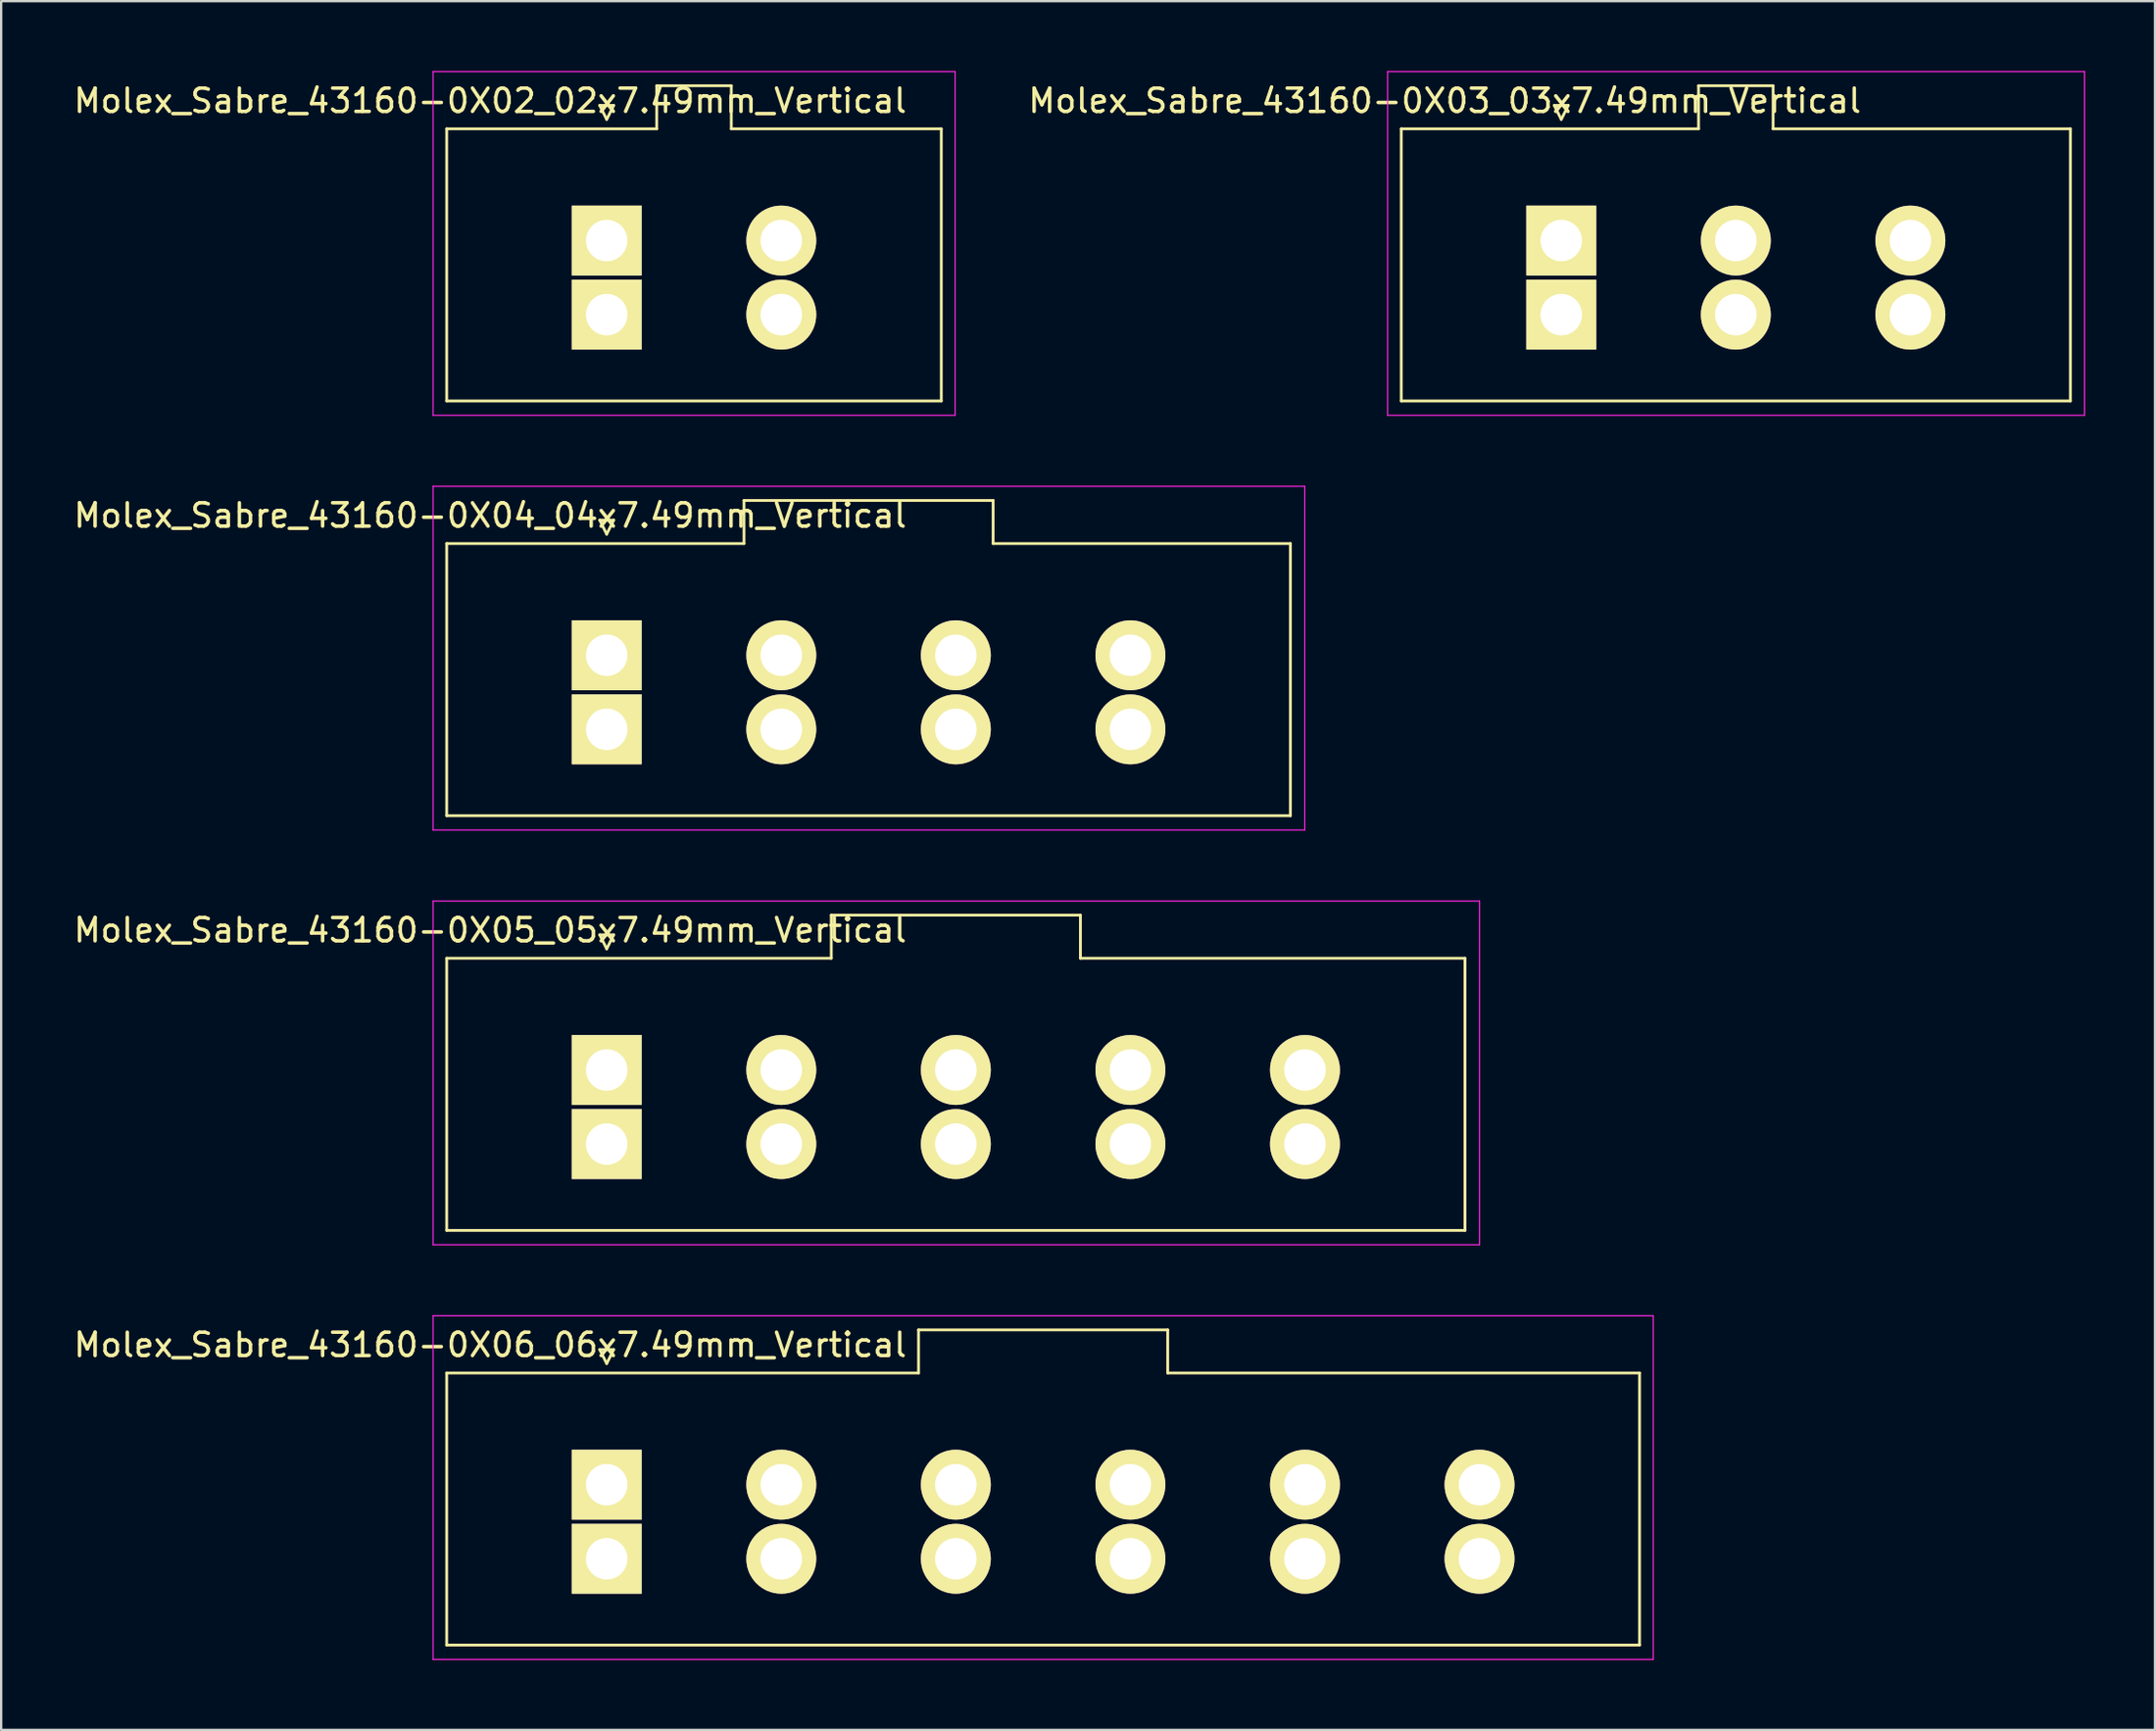
<source format=kicad_pcb>
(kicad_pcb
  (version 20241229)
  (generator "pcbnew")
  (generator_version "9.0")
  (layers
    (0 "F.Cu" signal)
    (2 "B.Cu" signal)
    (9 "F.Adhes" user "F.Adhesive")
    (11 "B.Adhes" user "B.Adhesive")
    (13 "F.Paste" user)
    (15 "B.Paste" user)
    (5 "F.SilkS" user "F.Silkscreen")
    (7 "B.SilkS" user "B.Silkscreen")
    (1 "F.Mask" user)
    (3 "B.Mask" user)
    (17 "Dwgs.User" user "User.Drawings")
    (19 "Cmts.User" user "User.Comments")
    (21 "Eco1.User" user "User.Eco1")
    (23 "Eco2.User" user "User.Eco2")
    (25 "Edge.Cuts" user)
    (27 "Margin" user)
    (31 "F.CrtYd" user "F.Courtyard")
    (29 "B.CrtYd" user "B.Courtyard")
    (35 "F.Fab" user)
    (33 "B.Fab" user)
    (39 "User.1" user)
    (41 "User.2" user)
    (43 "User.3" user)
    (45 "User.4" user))
  (footprint "Molex_Sabre_43160-0X05_05x7.49mm_Vertical"
    (layer "F.Cu")
    (at 22.982 42.875)
    (property "Reference" "Molex_Sabre_43160-0X05_05x7.49mm_Vertical" (at -5 -6 0) (layer "F.SilkS") (effects (font (size 1 1) (thickness 0.15))))
    (attr through_hole)
    (fp_line (start -6.865 -4.795) (end 9.635 -4.795) (stroke (width 0.12) (type solid)) (layer "F.SilkS"))
    (fp_line (start -6.865 6.885) (end -6.865 -4.795) (stroke (width 0.12) (type solid)) (layer "F.SilkS"))
    (fp_line (start -0.3 -5.8) (end 0 -5.2) (stroke (width 0.12) (type solid)) (layer "F.SilkS"))
    (fp_line (start 0 -5.2) (end 0.3 -5.8) (stroke (width 0.12) (type solid)) (layer "F.SilkS"))
    (fp_line (start 0.3 -5.8) (end -0.3 -5.8) (stroke (width 0.12) (type solid)) (layer "F.SilkS"))
    (fp_line (start 9.635 -6.645) (end 20.325 -6.645) (stroke (width 0.12) (type solid)) (layer "F.SilkS"))
    (fp_line (start 9.635 -4.795) (end 9.635 -6.645) (stroke (width 0.12) (type solid)) (layer "F.SilkS"))
    (fp_line (start 20.325 -6.645) (end 20.325 -4.795) (stroke (width 0.12) (type solid)) (layer "F.SilkS"))
    (fp_line (start 20.325 -4.795) (end 36.825 -4.795) (stroke (width 0.12) (type solid)) (layer "F.SilkS"))
    (fp_line (start 36.825 -4.795) (end 36.825 6.885) (stroke (width 0.12) (type solid)) (layer "F.SilkS"))
    (fp_line (start 36.825 6.885) (end -6.865 6.885) (stroke (width 0.12) (type solid)) (layer "F.SilkS"))
    (fp_line (start -7.45 -7.25) (end -7.45 7.5) (stroke (width 0.05) (type solid)) (layer "F.CrtYd"))
    (fp_line (start -7.45 7.5) (end 37.45 7.5) (stroke (width 0.05) (type solid)) (layer "F.CrtYd"))
    (fp_line (start 37.45 -7.25) (end -7.45 -7.25) (stroke (width 0.05) (type solid)) (layer "F.CrtYd"))
    (fp_line (start 37.45 7.5) (end 37.45 -7.25) (stroke (width 0.05) (type solid)) (layer "F.CrtYd"))
    (pad "1" thru_hole rect (at 0 0) (size 3 3) (drill 1.78) (layers "*.Cu" "*.Mask" "F.SilkS"))
    (pad "1" thru_hole rect (at 0 3.18) (size 3 3) (drill 1.78) (layers "*.Cu" "*.Mask" "F.SilkS"))
    (pad "2" thru_hole circle (at 7.49 0) (size 3 3) (drill 1.78) (layers "*.Cu" "*.Mask" "F.SilkS"))
    (pad "2" thru_hole circle (at 7.49 3.18) (size 3 3) (drill 1.78) (layers "*.Cu" "*.Mask" "F.SilkS"))
    (pad "3" thru_hole circle (at 14.98 0) (size 3 3) (drill 1.78) (layers "*.Cu" "*.Mask" "F.SilkS"))
    (pad "3" thru_hole circle (at 14.98 3.18) (size 3 3) (drill 1.78) (layers "*.Cu" "*.Mask" "F.SilkS"))
    (pad "4" thru_hole circle (at 22.47 0) (size 3 3) (drill 1.78) (layers "*.Cu" "*.Mask" "F.SilkS"))
    (pad "4" thru_hole circle (at 22.47 3.18) (size 3 3) (drill 1.78) (layers "*.Cu" "*.Mask" "F.SilkS"))
    (pad "5" thru_hole circle (at 29.96 0) (size 3 3) (drill 1.78) (layers "*.Cu" "*.Mask" "F.SilkS"))
    (pad "5" thru_hole circle (at 29.96 3.18) (size 3 3) (drill 1.78) (layers "*.Cu" "*.Mask" "F.SilkS")))
  (footprint "Molex_Sabre_43160-0X04_04x7.49mm_Vertical"
    (layer "F.Cu")
    (at 22.982 25.075)
    (property "Reference" "Molex_Sabre_43160-0X04_04x7.49mm_Vertical" (at -5 -6 0) (layer "F.SilkS") (effects (font (size 1 1) (thickness 0.15))))
    (attr through_hole)
    (fp_line (start -6.865 -4.795) (end 5.89 -4.795) (stroke (width 0.12) (type solid)) (layer "F.SilkS"))
    (fp_line (start -6.865 6.885) (end -6.865 -4.795) (stroke (width 0.12) (type solid)) (layer "F.SilkS"))
    (fp_line (start -0.3 -5.8) (end 0 -5.2) (stroke (width 0.12) (type solid)) (layer "F.SilkS"))
    (fp_line (start 0 -5.2) (end 0.3 -5.8) (stroke (width 0.12) (type solid)) (layer "F.SilkS"))
    (fp_line (start 0.3 -5.8) (end -0.3 -5.8) (stroke (width 0.12) (type solid)) (layer "F.SilkS"))
    (fp_line (start 5.89 -6.645) (end 16.58 -6.645) (stroke (width 0.12) (type solid)) (layer "F.SilkS"))
    (fp_line (start 5.89 -4.795) (end 5.89 -6.645) (stroke (width 0.12) (type solid)) (layer "F.SilkS"))
    (fp_line (start 16.58 -6.645) (end 16.58 -4.795) (stroke (width 0.12) (type solid)) (layer "F.SilkS"))
    (fp_line (start 16.58 -4.795) (end 29.335 -4.795) (stroke (width 0.12) (type solid)) (layer "F.SilkS"))
    (fp_line (start 29.335 -4.795) (end 29.335 6.885) (stroke (width 0.12) (type solid)) (layer "F.SilkS"))
    (fp_line (start 29.335 6.885) (end -6.865 6.885) (stroke (width 0.12) (type solid)) (layer "F.SilkS"))
    (fp_line (start -7.45 -7.25) (end -7.45 7.5) (stroke (width 0.05) (type solid)) (layer "F.CrtYd"))
    (fp_line (start -7.45 7.5) (end 29.95 7.5) (stroke (width 0.05) (type solid)) (layer "F.CrtYd"))
    (fp_line (start 29.95 -7.25) (end -7.45 -7.25) (stroke (width 0.05) (type solid)) (layer "F.CrtYd"))
    (fp_line (start 29.95 7.5) (end 29.95 -7.25) (stroke (width 0.05) (type solid)) (layer "F.CrtYd"))
    (pad "1" thru_hole rect (at 0 0) (size 3 3) (drill 1.78) (layers "*.Cu" "*.Mask" "F.SilkS"))
    (pad "1" thru_hole rect (at 0 3.18) (size 3 3) (drill 1.78) (layers "*.Cu" "*.Mask" "F.SilkS"))
    (pad "2" thru_hole circle (at 7.49 0) (size 3 3) (drill 1.78) (layers "*.Cu" "*.Mask" "F.SilkS"))
    (pad "2" thru_hole circle (at 7.49 3.18) (size 3 3) (drill 1.78) (layers "*.Cu" "*.Mask" "F.SilkS"))
    (pad "3" thru_hole circle (at 14.98 0) (size 3 3) (drill 1.78) (layers "*.Cu" "*.Mask" "F.SilkS"))
    (pad "3" thru_hole circle (at 14.98 3.18) (size 3 3) (drill 1.78) (layers "*.Cu" "*.Mask" "F.SilkS"))
    (pad "4" thru_hole circle (at 22.47 0) (size 3 3) (drill 1.78) (layers "*.Cu" "*.Mask" "F.SilkS"))
    (pad "4" thru_hole circle (at 22.47 3.18) (size 3 3) (drill 1.78) (layers "*.Cu" "*.Mask" "F.SilkS")))
  (footprint "Molex_Sabre_43160-0X06_06x7.49mm_Vertical"
    (layer "F.Cu")
    (at 22.982 60.675)
    (property "Reference" "Molex_Sabre_43160-0X06_06x7.49mm_Vertical" (at -5 -6 0) (layer "F.SilkS") (effects (font (size 1 1) (thickness 0.15))))
    (attr through_hole)
    (fp_line (start -6.865 -4.795) (end 13.38 -4.795) (stroke (width 0.12) (type solid)) (layer "F.SilkS"))
    (fp_line (start -6.865 6.885) (end -6.865 -4.795) (stroke (width 0.12) (type solid)) (layer "F.SilkS"))
    (fp_line (start -0.3 -5.8) (end 0 -5.2) (stroke (width 0.12) (type solid)) (layer "F.SilkS"))
    (fp_line (start 0 -5.2) (end 0.3 -5.8) (stroke (width 0.12) (type solid)) (layer "F.SilkS"))
    (fp_line (start 0.3 -5.8) (end -0.3 -5.8) (stroke (width 0.12) (type solid)) (layer "F.SilkS"))
    (fp_line (start 13.38 -6.645) (end 24.07 -6.645) (stroke (width 0.12) (type solid)) (layer "F.SilkS"))
    (fp_line (start 13.38 -4.795) (end 13.38 -6.645) (stroke (width 0.12) (type solid)) (layer "F.SilkS"))
    (fp_line (start 24.07 -6.645) (end 24.07 -4.795) (stroke (width 0.12) (type solid)) (layer "F.SilkS"))
    (fp_line (start 24.07 -4.795) (end 44.315 -4.795) (stroke (width 0.12) (type solid)) (layer "F.SilkS"))
    (fp_line (start 44.315 -4.795) (end 44.315 6.885) (stroke (width 0.12) (type solid)) (layer "F.SilkS"))
    (fp_line (start 44.315 6.885) (end -6.865 6.885) (stroke (width 0.12) (type solid)) (layer "F.SilkS"))
    (fp_line (start -7.45 -7.25) (end -7.45 7.5) (stroke (width 0.05) (type solid)) (layer "F.CrtYd"))
    (fp_line (start -7.45 7.5) (end 44.9 7.5) (stroke (width 0.05) (type solid)) (layer "F.CrtYd"))
    (fp_line (start 44.9 -7.25) (end -7.45 -7.25) (stroke (width 0.05) (type solid)) (layer "F.CrtYd"))
    (fp_line (start 44.9 7.5) (end 44.9 -7.25) (stroke (width 0.05) (type solid)) (layer "F.CrtYd"))
    (pad "1" thru_hole rect (at 0 0) (size 3 3) (drill 1.78) (layers "*.Cu" "*.Mask" "F.SilkS"))
    (pad "1" thru_hole rect (at 0 3.18) (size 3 3) (drill 1.78) (layers "*.Cu" "*.Mask" "F.SilkS"))
    (pad "2" thru_hole circle (at 7.49 0) (size 3 3) (drill 1.78) (layers "*.Cu" "*.Mask" "F.SilkS"))
    (pad "2" thru_hole circle (at 7.49 3.18) (size 3 3) (drill 1.78) (layers "*.Cu" "*.Mask" "F.SilkS"))
    (pad "3" thru_hole circle (at 14.98 0) (size 3 3) (drill 1.78) (layers "*.Cu" "*.Mask" "F.SilkS"))
    (pad "3" thru_hole circle (at 14.98 3.18) (size 3 3) (drill 1.78) (layers "*.Cu" "*.Mask" "F.SilkS"))
    (pad "4" thru_hole circle (at 22.47 0) (size 3 3) (drill 1.78) (layers "*.Cu" "*.Mask" "F.SilkS"))
    (pad "4" thru_hole circle (at 22.47 3.18) (size 3 3) (drill 1.78) (layers "*.Cu" "*.Mask" "F.SilkS"))
    (pad "5" thru_hole circle (at 29.96 0) (size 3 3) (drill 1.78) (layers "*.Cu" "*.Mask" "F.SilkS"))
    (pad "5" thru_hole circle (at 29.96 3.18) (size 3 3) (drill 1.78) (layers "*.Cu" "*.Mask" "F.SilkS"))
    (pad "6" thru_hole circle (at 37.45 0) (size 3 3) (drill 1.78) (layers "*.Cu" "*.Mask" "F.SilkS"))
    (pad "6" thru_hole circle (at 37.45 3.18) (size 3 3) (drill 1.78) (layers "*.Cu" "*.Mask" "F.SilkS")))
  (footprint "Molex_Sabre_43160-0X03_03x7.49mm_Vertical"
    (layer "F.Cu")
    (at 63.939 7.275)
    (property "Reference" "Molex_Sabre_43160-0X03_03x7.49mm_Vertical" (at -5 -6 0) (layer "F.SilkS") (effects (font (size 1 1) (thickness 0.15))))
    (attr through_hole)
    (fp_line (start -6.865 -4.795) (end 5.89 -4.795) (stroke (width 0.12) (type solid)) (layer "F.SilkS"))
    (fp_line (start -6.865 6.885) (end -6.865 -4.795) (stroke (width 0.12) (type solid)) (layer "F.SilkS"))
    (fp_line (start -0.3 -5.8) (end 0 -5.2) (stroke (width 0.12) (type solid)) (layer "F.SilkS"))
    (fp_line (start 0 -5.2) (end 0.3 -5.8) (stroke (width 0.12) (type solid)) (layer "F.SilkS"))
    (fp_line (start 0.3 -5.8) (end -0.3 -5.8) (stroke (width 0.12) (type solid)) (layer "F.SilkS"))
    (fp_line (start 5.89 -6.645) (end 9.09 -6.645) (stroke (width 0.12) (type solid)) (layer "F.SilkS"))
    (fp_line (start 5.89 -4.795) (end 5.89 -6.645) (stroke (width 0.12) (type solid)) (layer "F.SilkS"))
    (fp_line (start 9.09 -6.645) (end 9.09 -4.795) (stroke (width 0.12) (type solid)) (layer "F.SilkS"))
    (fp_line (start 9.09 -4.795) (end 21.845 -4.795) (stroke (width 0.12) (type solid)) (layer "F.SilkS"))
    (fp_line (start 21.845 -4.795) (end 21.845 6.885) (stroke (width 0.12) (type solid)) (layer "F.SilkS"))
    (fp_line (start 21.845 6.885) (end -6.865 6.885) (stroke (width 0.12) (type solid)) (layer "F.SilkS"))
    (fp_line (start -7.45 -7.25) (end -7.45 7.5) (stroke (width 0.05) (type solid)) (layer "F.CrtYd"))
    (fp_line (start -7.45 7.5) (end 22.45 7.5) (stroke (width 0.05) (type solid)) (layer "F.CrtYd"))
    (fp_line (start 22.45 -7.25) (end -7.45 -7.25) (stroke (width 0.05) (type solid)) (layer "F.CrtYd"))
    (fp_line (start 22.45 7.5) (end 22.45 -7.25) (stroke (width 0.05) (type solid)) (layer "F.CrtYd"))
    (pad "1" thru_hole rect (at 0 0) (size 3 3) (drill 1.78) (layers "*.Cu" "*.Mask" "F.SilkS"))
    (pad "1" thru_hole rect (at 0 3.18) (size 3 3) (drill 1.78) (layers "*.Cu" "*.Mask" "F.SilkS"))
    (pad "2" thru_hole circle (at 7.49 0) (size 3 3) (drill 1.78) (layers "*.Cu" "*.Mask" "F.SilkS"))
    (pad "2" thru_hole circle (at 7.49 3.18) (size 3 3) (drill 1.78) (layers "*.Cu" "*.Mask" "F.SilkS"))
    (pad "3" thru_hole circle (at 14.98 0) (size 3 3) (drill 1.78) (layers "*.Cu" "*.Mask" "F.SilkS"))
    (pad "3" thru_hole circle (at 14.98 3.18) (size 3 3) (drill 1.78) (layers "*.Cu" "*.Mask" "F.SilkS")))
  (footprint "Molex_Sabre_43160-0X02_02x7.49mm_Vertical"
    (layer "F.Cu")
    (at 22.982 7.275)
    (property "Reference" "Molex_Sabre_43160-0X02_02x7.49mm_Vertical" (at -5 -6 0) (layer "F.SilkS") (effects (font (size 1 1) (thickness 0.15))))
    (attr through_hole)
    (fp_line (start -6.865 -4.795) (end 2.145 -4.795) (stroke (width 0.12) (type solid)) (layer "F.SilkS"))
    (fp_line (start -6.865 6.885) (end -6.865 -4.795) (stroke (width 0.12) (type solid)) (layer "F.SilkS"))
    (fp_line (start -0.3 -5.8) (end 0 -5.2) (stroke (width 0.12) (type solid)) (layer "F.SilkS"))
    (fp_line (start 0 -5.2) (end 0.3 -5.8) (stroke (width 0.12) (type solid)) (layer "F.SilkS"))
    (fp_line (start 0.3 -5.8) (end -0.3 -5.8) (stroke (width 0.12) (type solid)) (layer "F.SilkS"))
    (fp_line (start 2.145 -6.645) (end 5.345 -6.645) (stroke (width 0.12) (type solid)) (layer "F.SilkS"))
    (fp_line (start 2.145 -4.795) (end 2.145 -6.645) (stroke (width 0.12) (type solid)) (layer "F.SilkS"))
    (fp_line (start 5.345 -6.645) (end 5.345 -4.795) (stroke (width 0.12) (type solid)) (layer "F.SilkS"))
    (fp_line (start 5.345 -4.795) (end 14.355 -4.795) (stroke (width 0.12) (type solid)) (layer "F.SilkS"))
    (fp_line (start 14.355 -4.795) (end 14.355 6.885) (stroke (width 0.12) (type solid)) (layer "F.SilkS"))
    (fp_line (start 14.355 6.885) (end -6.865 6.885) (stroke (width 0.12) (type solid)) (layer "F.SilkS"))
    (fp_line (start -7.45 -7.25) (end -7.45 7.5) (stroke (width 0.05) (type solid)) (layer "F.CrtYd"))
    (fp_line (start -7.45 7.5) (end 14.95 7.5) (stroke (width 0.05) (type solid)) (layer "F.CrtYd"))
    (fp_line (start 14.95 -7.25) (end -7.45 -7.25) (stroke (width 0.05) (type solid)) (layer "F.CrtYd"))
    (fp_line (start 14.95 7.5) (end 14.95 -7.25) (stroke (width 0.05) (type solid)) (layer "F.CrtYd"))
    (pad "1" thru_hole rect (at 0 0) (size 3 3) (drill 1.78) (layers "*.Cu" "*.Mask" "F.SilkS"))
    (pad "1" thru_hole rect (at 0 3.18) (size 3 3) (drill 1.78) (layers "*.Cu" "*.Mask" "F.SilkS"))
    (pad "2" thru_hole circle (at 7.49 0) (size 3 3) (drill 1.78) (layers "*.Cu" "*.Mask" "F.SilkS"))
    (pad "2" thru_hole circle (at 7.49 3.18) (size 3 3) (drill 1.78) (layers "*.Cu" "*.Mask" "F.SilkS")))
  (gr_rect
    (start -3 -3)
    (end 89.414 71.2)
    (stroke (width 0.1) (type default))
    (fill no)
    (layer "Edge.Cuts")))
</source>
